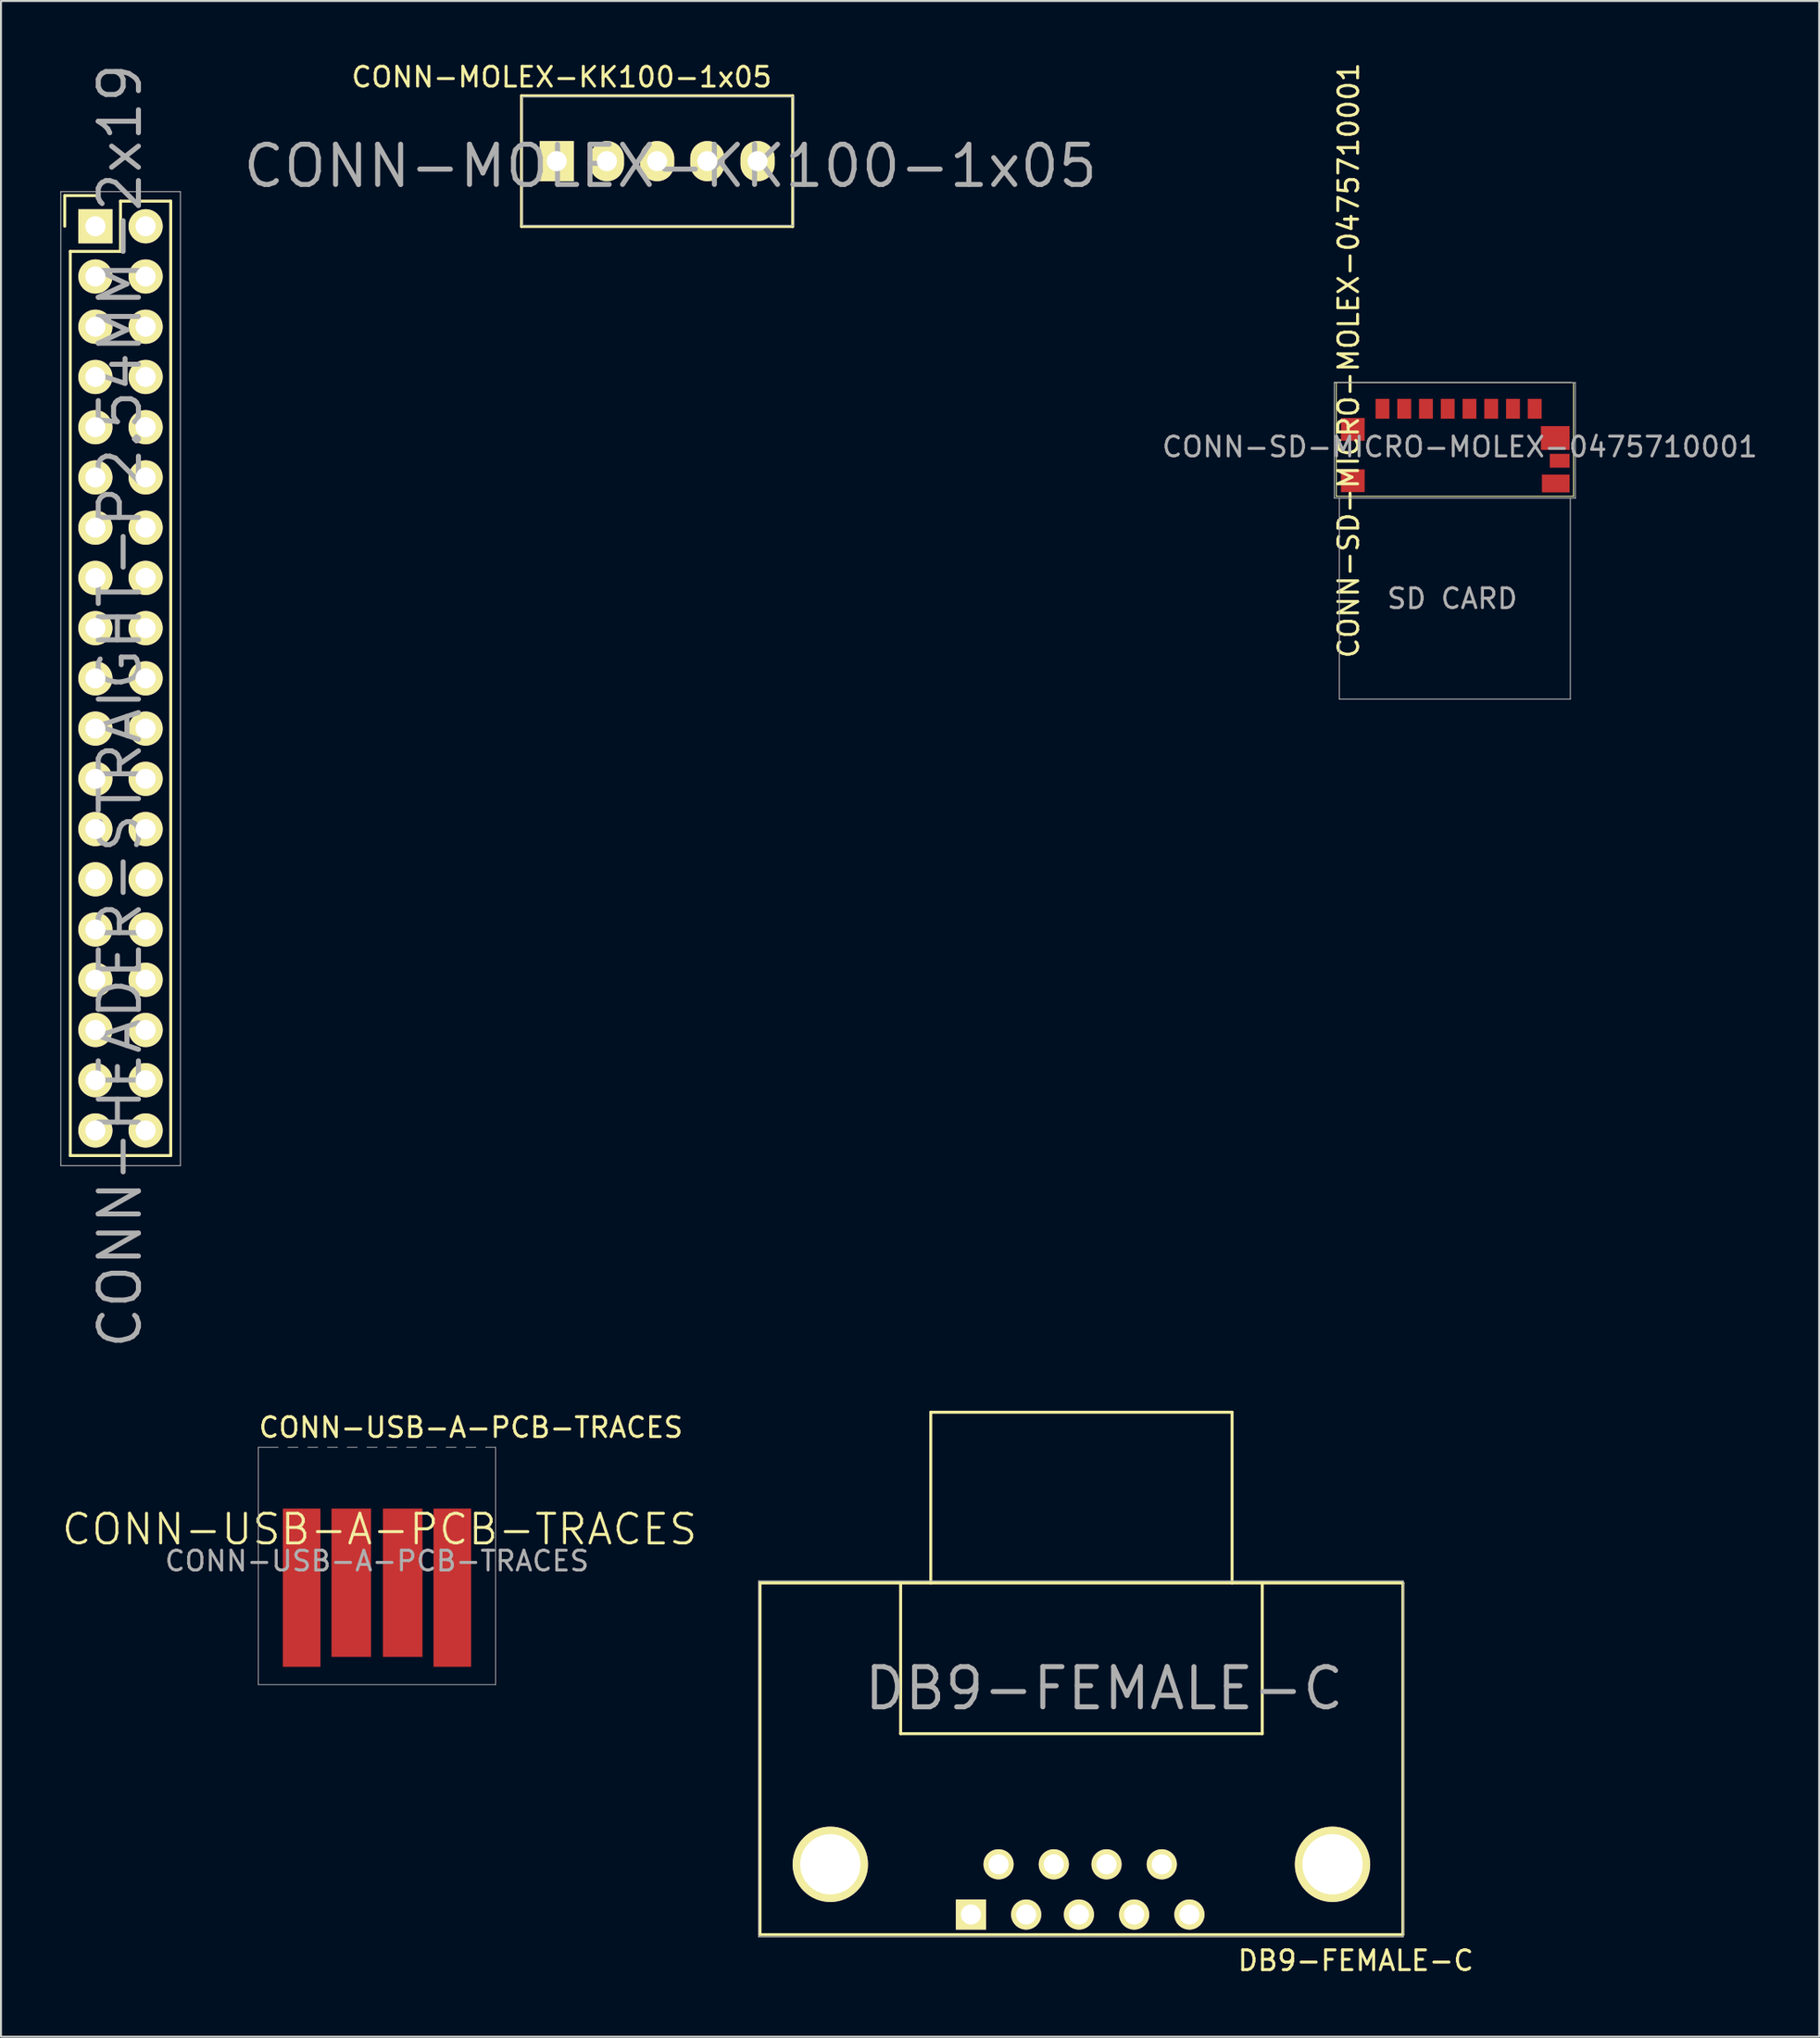
<source format=kicad_pcb>
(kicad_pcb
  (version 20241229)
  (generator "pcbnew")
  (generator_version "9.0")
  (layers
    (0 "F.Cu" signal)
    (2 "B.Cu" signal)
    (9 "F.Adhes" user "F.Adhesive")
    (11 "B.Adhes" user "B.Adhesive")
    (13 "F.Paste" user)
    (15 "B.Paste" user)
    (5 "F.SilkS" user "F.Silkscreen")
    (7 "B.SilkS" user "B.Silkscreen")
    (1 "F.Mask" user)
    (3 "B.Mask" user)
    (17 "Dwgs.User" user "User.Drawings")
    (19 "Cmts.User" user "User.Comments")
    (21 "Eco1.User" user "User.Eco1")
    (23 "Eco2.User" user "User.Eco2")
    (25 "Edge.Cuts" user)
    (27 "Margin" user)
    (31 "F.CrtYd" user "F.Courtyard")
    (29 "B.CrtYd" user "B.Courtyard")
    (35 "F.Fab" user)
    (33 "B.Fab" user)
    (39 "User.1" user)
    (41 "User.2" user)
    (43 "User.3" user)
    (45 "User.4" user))
  (footprint "CONN-HEADER-STRAIGHT-P2.54MM-2x19"
    (layer "F.Cu")
    (at 1.775 8.391)
    (property "Reference" "CONN-HEADER-STRAIGHT-P2.54MM-2x19" (at 1.25 24.25 90) (layer "F.Fab") (effects (font (size 2.032 2.032) (thickness 0.254))))
    (attr through_hole)
    (fp_line (start -1.55 -1.55) (end -1.55 0) (stroke (width 0.15) (type solid)) (layer "F.SilkS"))
    (fp_line (start -1.27 46.99) (end -1.27 1.27) (stroke (width 0.15) (type solid)) (layer "F.SilkS"))
    (fp_line (start 0 -1.55) (end -1.55 -1.55) (stroke (width 0.15) (type solid)) (layer "F.SilkS"))
    (fp_line (start 1.27 -1.27) (end 1.27 1.27) (stroke (width 0.15) (type solid)) (layer "F.SilkS"))
    (fp_line (start 1.27 1.27) (end -1.27 1.27) (stroke (width 0.15) (type solid)) (layer "F.SilkS"))
    (fp_line (start 3.81 -1.27) (end 1.27 -1.27) (stroke (width 0.15) (type solid)) (layer "F.SilkS"))
    (fp_line (start 3.81 -1.27) (end 3.81 46.99) (stroke (width 0.15) (type solid)) (layer "F.SilkS"))
    (fp_line (start 3.81 46.99) (end -1.27 46.99) (stroke (width 0.15) (type solid)) (layer "F.SilkS"))
    (fp_line (start -1.75 -1.75) (end -1.75 47.5) (stroke (width 0.05) (type solid)) (layer "F.Fab"))
    (fp_line (start -1.75 -1.75) (end 4.3 -1.75) (stroke (width 0.05) (type solid)) (layer "F.Fab"))
    (fp_line (start -1.75 47.5) (end 4.3 47.5) (stroke (width 0.05) (type solid)) (layer "F.Fab"))
    (fp_line (start 4.3 -1.75) (end 4.3 47.5) (stroke (width 0.05) (type solid)) (layer "F.Fab"))
    (pad "1" thru_hole rect (at 0 0) (size 1.727 1.727) (drill 1.016) (layers "*.Cu" "*.Mask" "F.SilkS"))
    (pad "2" thru_hole oval (at 2.54 0) (size 1.727 1.727) (drill 1.016) (layers "*.Cu" "*.Mask" "F.SilkS"))
    (pad "3" thru_hole oval (at 0 2.54) (size 1.727 1.727) (drill 1.016) (layers "*.Cu" "*.Mask" "F.SilkS"))
    (pad "4" thru_hole oval (at 2.54 2.54) (size 1.727 1.727) (drill 1.016) (layers "*.Cu" "*.Mask" "F.SilkS"))
    (pad "5" thru_hole oval (at 0 5.08) (size 1.727 1.727) (drill 1.016) (layers "*.Cu" "*.Mask" "F.SilkS"))
    (pad "6" thru_hole oval (at 2.54 5.08) (size 1.727 1.727) (drill 1.016) (layers "*.Cu" "*.Mask" "F.SilkS"))
    (pad "7" thru_hole oval (at 0 7.62) (size 1.727 1.727) (drill 1.016) (layers "*.Cu" "*.Mask" "F.SilkS"))
    (pad "8" thru_hole oval (at 2.54 7.62) (size 1.727 1.727) (drill 1.016) (layers "*.Cu" "*.Mask" "F.SilkS"))
    (pad "9" thru_hole oval (at 0 10.16) (size 1.727 1.727) (drill 1.016) (layers "*.Cu" "*.Mask" "F.SilkS"))
    (pad "10" thru_hole oval (at 2.54 10.16) (size 1.727 1.727) (drill 1.016) (layers "*.Cu" "*.Mask" "F.SilkS"))
    (pad "11" thru_hole oval (at 0 12.7) (size 1.727 1.727) (drill 1.016) (layers "*.Cu" "*.Mask" "F.SilkS"))
    (pad "12" thru_hole oval (at 2.54 12.7) (size 1.727 1.727) (drill 1.016) (layers "*.Cu" "*.Mask" "F.SilkS"))
    (pad "13" thru_hole oval (at 0 15.24) (size 1.727 1.727) (drill 1.016) (layers "*.Cu" "*.Mask" "F.SilkS"))
    (pad "14" thru_hole oval (at 2.54 15.24) (size 1.727 1.727) (drill 1.016) (layers "*.Cu" "*.Mask" "F.SilkS"))
    (pad "15" thru_hole oval (at 0 17.78) (size 1.727 1.727) (drill 1.016) (layers "*.Cu" "*.Mask" "F.SilkS"))
    (pad "16" thru_hole oval (at 2.54 17.78) (size 1.727 1.727) (drill 1.016) (layers "*.Cu" "*.Mask" "F.SilkS"))
    (pad "17" thru_hole oval (at 0 20.32) (size 1.727 1.727) (drill 1.016) (layers "*.Cu" "*.Mask" "F.SilkS"))
    (pad "18" thru_hole oval (at 2.54 20.32) (size 1.727 1.727) (drill 1.016) (layers "*.Cu" "*.Mask" "F.SilkS"))
    (pad "19" thru_hole oval (at 0 22.86) (size 1.727 1.727) (drill 1.016) (layers "*.Cu" "*.Mask" "F.SilkS"))
    (pad "20" thru_hole oval (at 2.54 22.86) (size 1.727 1.727) (drill 1.016) (layers "*.Cu" "*.Mask" "F.SilkS"))
    (pad "21" thru_hole oval (at 0 25.4) (size 1.727 1.727) (drill 1.016) (layers "*.Cu" "*.Mask" "F.SilkS"))
    (pad "22" thru_hole oval (at 2.54 25.4) (size 1.727 1.727) (drill 1.016) (layers "*.Cu" "*.Mask" "F.SilkS"))
    (pad "23" thru_hole oval (at 0 27.94) (size 1.727 1.727) (drill 1.016) (layers "*.Cu" "*.Mask" "F.SilkS"))
    (pad "24" thru_hole oval (at 2.54 27.94) (size 1.727 1.727) (drill 1.016) (layers "*.Cu" "*.Mask" "F.SilkS"))
    (pad "25" thru_hole oval (at 0 30.48) (size 1.727 1.727) (drill 1.016) (layers "*.Cu" "*.Mask" "F.SilkS"))
    (pad "26" thru_hole oval (at 2.54 30.48) (size 1.727 1.727) (drill 1.016) (layers "*.Cu" "*.Mask" "F.SilkS"))
    (pad "27" thru_hole oval (at 0 33.02) (size 1.727 1.727) (drill 1.016) (layers "*.Cu" "*.Mask" "F.SilkS"))
    (pad "28" thru_hole oval (at 2.54 33.02) (size 1.727 1.727) (drill 1.016) (layers "*.Cu" "*.Mask" "F.SilkS"))
    (pad "29" thru_hole oval (at 0 35.56) (size 1.727 1.727) (drill 1.016) (layers "*.Cu" "*.Mask" "F.SilkS"))
    (pad "30" thru_hole oval (at 2.54 35.56) (size 1.727 1.727) (drill 1.016) (layers "*.Cu" "*.Mask" "F.SilkS"))
    (pad "31" thru_hole oval (at 0 38.1) (size 1.727 1.727) (drill 1.016) (layers "*.Cu" "*.Mask" "F.SilkS"))
    (pad "32" thru_hole oval (at 2.54 38.1) (size 1.727 1.727) (drill 1.016) (layers "*.Cu" "*.Mask" "F.SilkS"))
    (pad "33" thru_hole oval (at 0 40.64) (size 1.727 1.727) (drill 1.016) (layers "*.Cu" "*.Mask" "F.SilkS"))
    (pad "34" thru_hole oval (at 2.54 40.64) (size 1.727 1.727) (drill 1.016) (layers "*.Cu" "*.Mask" "F.SilkS"))
    (pad "35" thru_hole oval (at 0 43.18) (size 1.727 1.727) (drill 1.016) (layers "*.Cu" "*.Mask" "F.SilkS"))
    (pad "36" thru_hole oval (at 2.54 43.18) (size 1.727 1.727) (drill 1.016) (layers "*.Cu" "*.Mask" "F.SilkS"))
    (pad "37" thru_hole oval (at 0 45.72) (size 1.727 1.727) (drill 1.016) (layers "*.Cu" "*.Mask" "F.SilkS"))
    (pad "38" thru_hole oval (at 2.54 45.72) (size 1.727 1.727) (drill 1.016) (layers "*.Cu" "*.Mask" "F.SilkS")))
  (footprint "CONN-SD-MICRO-MOLEX-0475710001"
    (layer "F.Cu")
    (at 70.784 16.297)
    (property "Reference" "CONN-SD-MICRO-MOLEX-0475710001" (at 0 3.25 0) (layer "F.Fab") (effects (font (size 1 1) (thickness 0.15))))
    (attr through_hole)
    (fp_line (start -6.35 0) (end 5.65 0) (stroke (width 0.05) (type solid)) (layer "F.SilkS"))
    (fp_line (start -6.25 5.75) (end -6.25 0) (stroke (width 0.05) (type solid)) (layer "F.SilkS"))
    (fp_line (start 5.75 0) (end 5.75 5.75) (stroke (width 0.05) (type solid)) (layer "F.SilkS"))
    (fp_line (start 5.75 5.75) (end -6.25 5.75) (stroke (width 0.05) (type solid)) (layer "F.SilkS"))
    (fp_line (start -6.35 0) (end -6.35 5.842) (stroke (width 0.05) (type solid)) (layer "F.Fab"))
    (fp_line (start -6.35 0) (end 5.842 0) (stroke (width 0.05) (type solid)) (layer "F.Fab"))
    (fp_line (start -6.35 5.842) (end 5.842 5.842) (stroke (width 0.05) (type solid)) (layer "F.Fab"))
    (fp_line (start -6.096 16.002) (end -6.096 5.842) (stroke (width 0.05) (type solid)) (layer "F.Fab"))
    (fp_line (start -6.096 16.002) (end 5.588 16.002) (stroke (width 0.05) (type solid)) (layer "F.Fab"))
    (fp_line (start 5.588 16.002) (end 5.588 5.842) (stroke (width 0.05) (type solid)) (layer "F.Fab"))
    (fp_line (start 5.842 0) (end 5.842 5.842) (stroke (width 0.05) (type solid)) (layer "F.Fab"))
    (fp_text user "${REFERENCE}" (at -5.626 -1.124 270) (layer "F.SilkS") (effects (font (size 1 1) (thickness 0.15))))
    (fp_text user "SD CARD " (at 0 10.922 0) (layer "F.Fab") (effects (font (size 1 1) (thickness 0.15))))
    (pad "1" smd rect (at 3.787 1.323) (size 0.7 1) (layers "F.Cu" "F.Mask" "F.Paste"))
    (pad "2" smd rect (at 2.687 1.323) (size 0.7 1) (layers "F.Cu" "F.Mask" "F.Paste"))
    (pad "3" smd rect (at 1.587 1.323) (size 0.7 1) (layers "F.Cu" "F.Mask" "F.Paste"))
    (pad "4" smd rect (at 0.486 1.323) (size 0.7 1) (layers "F.Cu" "F.Mask" "F.Paste"))
    (pad "5" smd rect (at -0.614 1.323) (size 0.7 1) (layers "F.Cu" "F.Mask" "F.Paste"))
    (pad "6" smd rect (at -1.714 1.323) (size 0.7 1) (layers "F.Cu" "F.Mask" "F.Paste"))
    (pad "7" smd rect (at -2.813 1.323) (size 0.7 1) (layers "F.Cu" "F.Mask" "F.Paste"))
    (pad "8" smd rect (at -3.913 1.323) (size 0.7 1) (layers "F.Cu" "F.Mask" "F.Paste"))
    (pad "G1" smd rect (at -5.413 2.364) (size 1.2 1.15) (layers "F.Cu" "F.Mask" "F.Paste"))
    (pad "G2" smd rect (at -5.413 4.963) (size 1.2 1.15) (layers "F.Cu" "F.Mask" "F.Paste"))
    (pad "G3" smd rect (at 4.826 2.8) (size 1.45 1.2) (layers "F.Cu" "F.Mask" "F.Paste"))
    (pad "G4" smd rect (at 5.051 3.95) (size 1 0.7) (layers "F.Cu" "F.Mask" "F.Paste"))
    (pad "G5" smd rect (at 4.851 5.1) (size 1.4 0.9) (layers "F.Cu" "F.Mask" "F.Paste")))
  (footprint "CONN-USB-A-PCB-TRACES"
    (layer "F.Cu")
    (at 16.016 82.131)
    (property "Reference" "CONN-USB-A-PCB-TRACES" (at 0.13 -7.85 0) (layer "F.SilkS") (effects (font (size 1.5 1.5) (thickness 0.15))))
    (attr exclude_from_pos_files exclude_from_bom)
    (fp_line (start -6 -12) (end -5 -12) (stroke (width 0.041) (type solid)) (layer "F.Fab"))
    (fp_line (start -6 0) (end -6 -12) (stroke (width 0.041) (type solid)) (layer "F.Fab"))
    (fp_line (start -4.5 -12) (end -4 -12) (stroke (width 0.041) (type solid)) (layer "F.Fab"))
    (fp_line (start -3.5 -12) (end -3 -12) (stroke (width 0.041) (type solid)) (layer "F.Fab"))
    (fp_line (start -2.5 -12) (end -2 -12) (stroke (width 0.041) (type solid)) (layer "F.Fab"))
    (fp_line (start -1.5 -12) (end -1 -12) (stroke (width 0.041) (type solid)) (layer "F.Fab"))
    (fp_line (start -0.5 -12) (end 0 -12) (stroke (width 0.041) (type solid)) (layer "F.Fab"))
    (fp_line (start 0.5 -12) (end 1 -12) (stroke (width 0.041) (type solid)) (layer "F.Fab"))
    (fp_line (start 1.5 -12) (end 2 -12) (stroke (width 0.041) (type solid)) (layer "F.Fab"))
    (fp_line (start 2.5 -12) (end 3 -12) (stroke (width 0.041) (type solid)) (layer "F.Fab"))
    (fp_line (start 3.5 -12) (end 4 -12) (stroke (width 0.041) (type solid)) (layer "F.Fab"))
    (fp_line (start 4.5 -12) (end 5 -12) (stroke (width 0.041) (type solid)) (layer "F.Fab"))
    (fp_line (start 5.5 -12) (end 6 -12) (stroke (width 0.041) (type solid)) (layer "F.Fab"))
    (fp_line (start 6 -12) (end 6 0) (stroke (width 0.041) (type solid)) (layer "F.Fab"))
    (fp_line (start 6 0) (end -6 0) (stroke (width 0.041) (type solid)) (layer "F.Fab"))
    (fp_text user "${REFERENCE}" (at 4.75 -13 0) (layer "F.SilkS") (effects (font (size 1 1) (thickness 0.15))))
    (fp_text user "${REFERENCE}" (at 0 -6.25 0) (layer "F.Fab") (effects (font (size 1 1) (thickness 0.15))))
    (pad "1" connect rect (at 3.81 -4.9) (size 1.9 8) (layers "F.Cu" "F.Mask"))
    (pad "2" connect rect (at 1.3 -5.15) (size 2 7.5) (layers "F.Cu" "F.Mask"))
    (pad "3" connect rect (at -1.3 -5.15) (size 2 7.5) (layers "F.Cu" "F.Mask"))
    (pad "4" connect rect (at -3.81 -4.9) (size 1.9 8) (layers "F.Cu" "F.Mask")))
  (footprint "CONN-MOLEX-KK100-1x05"
    (layer "F.Cu")
    (at 25.106 5.098)
    (property "Reference" "CONN-MOLEX-KK100-1x05" (at 5.75 0.25 0) (layer "F.Fab") (effects (font (size 2.032 2.032) (thickness 0.254))))
    (attr through_hole)
    (fp_line (start -1.778 -3.302) (end -1.778 3.302) (stroke (width 0.152) (type solid)) (layer "F.SilkS"))
    (fp_line (start -1.778 3.302) (end 11.938 3.302) (stroke (width 0.152) (type solid)) (layer "F.SilkS"))
    (fp_line (start 11.938 -3.302) (end -1.778 -3.302) (stroke (width 0.152) (type solid)) (layer "F.SilkS"))
    (fp_line (start 11.938 3.302) (end 11.938 -3.302) (stroke (width 0.152) (type solid)) (layer "F.SilkS"))
    (fp_line (start -1.75 -3.25) (end 12 -3.25) (stroke (width 0.051) (type solid)) (layer "F.Fab"))
    (fp_line (start -1.75 3.25) (end -1.75 -3.25) (stroke (width 0.051) (type solid)) (layer "F.Fab"))
    (fp_line (start 12 -3.25) (end 12 3.25) (stroke (width 0.051) (type solid)) (layer "F.Fab"))
    (fp_line (start 12 3.25) (end -1.75 3.25) (stroke (width 0.051) (type solid)) (layer "F.Fab"))
    (fp_text user "${REFERENCE}" (at 0.25 -4.25 0) (layer "F.SilkS") (effects (font (size 1 1) (thickness 0.15))))
    (pad "1" thru_hole rect (at 0 0) (size 1.727 2.032) (drill 1.016) (layers "*.Cu" "*.Mask" "F.SilkS"))
    (pad "2" thru_hole oval (at 2.54 0) (size 1.727 2.032) (drill 1.016) (layers "*.Cu" "*.Mask" "F.SilkS"))
    (pad "3" thru_hole oval (at 5.08 0) (size 1.727 2.032) (drill 1.016) (layers "*.Cu" "*.Mask" "F.SilkS"))
    (pad "4" thru_hole oval (at 7.62 0) (size 1.727 2.032) (drill 1.016) (layers "*.Cu" "*.Mask" "F.SilkS"))
    (pad "5" thru_hole oval (at 10.16 0) (size 1.727 2.032) (drill 1.016) (layers "*.Cu" "*.Mask" "F.SilkS")))
  (footprint "DB9-FEMALE-C"
    (layer "F.Cu")
    (at 51.518 92.488)
    (property "Reference" "DB9-FEMALE-C" (at 1.27 -10.16 0) (layer "F.Fab") (effects (font (size 2.032 2.032) (thickness 0.254))))
    (attr through_hole)
    (fp_line (start -16.129 -15.494) (end -16.129 2.286) (stroke (width 0.15) (type solid)) (layer "F.SilkS"))
    (fp_line (start -16.129 2.286) (end 16.383 2.286) (stroke (width 0.15) (type solid)) (layer "F.SilkS"))
    (fp_line (start -9.017 -15.494) (end -9.017 -7.874) (stroke (width 0.15) (type solid)) (layer "F.SilkS"))
    (fp_line (start -9.017 -7.874) (end 9.271 -7.874) (stroke (width 0.15) (type solid)) (layer "F.SilkS"))
    (fp_line (start -7.493 -24.13) (end 7.747 -24.13) (stroke (width 0.15) (type solid)) (layer "F.SilkS"))
    (fp_line (start -7.493 -15.494) (end -7.493 -24.13) (stroke (width 0.15) (type solid)) (layer "F.SilkS"))
    (fp_line (start 7.747 -24.13) (end 7.747 -15.494) (stroke (width 0.15) (type solid)) (layer "F.SilkS"))
    (fp_line (start 9.271 -7.874) (end 9.271 -15.494) (stroke (width 0.15) (type solid)) (layer "F.SilkS"))
    (fp_line (start 16.383 -15.494) (end -16.129 -15.494) (stroke (width 0.15) (type solid)) (layer "F.SilkS"))
    (fp_line (start 16.383 2.286) (end 16.383 -15.494) (stroke (width 0.15) (type solid)) (layer "F.SilkS"))
    (fp_line (start -16.2 -15.6) (end 16.4 -15.6) (stroke (width 0.051) (type solid)) (layer "F.Fab"))
    (fp_line (start -16.2 2.4) (end -16.2 -15.6) (stroke (width 0.051) (type solid)) (layer "F.Fab"))
    (fp_line (start 16.4 -15.6) (end 16.4 2.4) (stroke (width 0.051) (type solid)) (layer "F.Fab"))
    (fp_line (start 16.4 2.4) (end -16.2 2.4) (stroke (width 0.051) (type solid)) (layer "F.Fab"))
    (fp_text user "${REFERENCE}" (at 14 3.6 0) (layer "F.SilkS") (effects (font (size 1 1) (thickness 0.15))))
    (pad "" thru_hole circle (at -12.573 -1.27) (size 3.81 3.81) (drill 3.048) (layers "*.Cu" "*.Mask" "F.SilkS"))
    (pad "" thru_hole circle (at 12.827 -1.27) (size 3.81 3.81) (drill 3.048) (layers "*.Cu" "*.Mask" "F.SilkS"))
    (pad "1" thru_hole rect (at -5.461 1.27) (size 1.524 1.524) (drill 1.016) (layers "*.Cu" "*.Mask" "F.SilkS"))
    (pad "2" thru_hole circle (at -2.667 1.27) (size 1.524 1.524) (drill 1.016) (layers "*.Cu" "*.Mask" "F.SilkS"))
    (pad "3" thru_hole circle (at 0 1.27) (size 1.524 1.524) (drill 1.016) (layers "*.Cu" "*.Mask" "F.SilkS"))
    (pad "4" thru_hole circle (at 2.794 1.27) (size 1.524 1.524) (drill 1.016) (layers "*.Cu" "*.Mask" "F.SilkS"))
    (pad "5" thru_hole circle (at 5.588 1.27) (size 1.524 1.524) (drill 1.016) (layers "*.Cu" "*.Mask" "F.SilkS"))
    (pad "6" thru_hole circle (at -4.064 -1.27) (size 1.524 1.524) (drill 1.016) (layers "*.Cu" "*.Mask" "F.SilkS"))
    (pad "7" thru_hole circle (at -1.27 -1.27) (size 1.524 1.524) (drill 1.016) (layers "*.Cu" "*.Mask" "F.SilkS"))
    (pad "8" thru_hole circle (at 1.397 -1.27) (size 1.524 1.524) (drill 1.016) (layers "*.Cu" "*.Mask" "F.SilkS"))
    (pad "9" thru_hole circle (at 4.191 -1.27) (size 1.524 1.524) (drill 1.016) (layers "*.Cu" "*.Mask" "F.SilkS")))
  (gr_rect
    (start -3 -3)
    (end 88.957 99.936)
    (stroke (width 0.1) (type default))
    (fill no)
    (layer "Edge.Cuts")))
</source>
